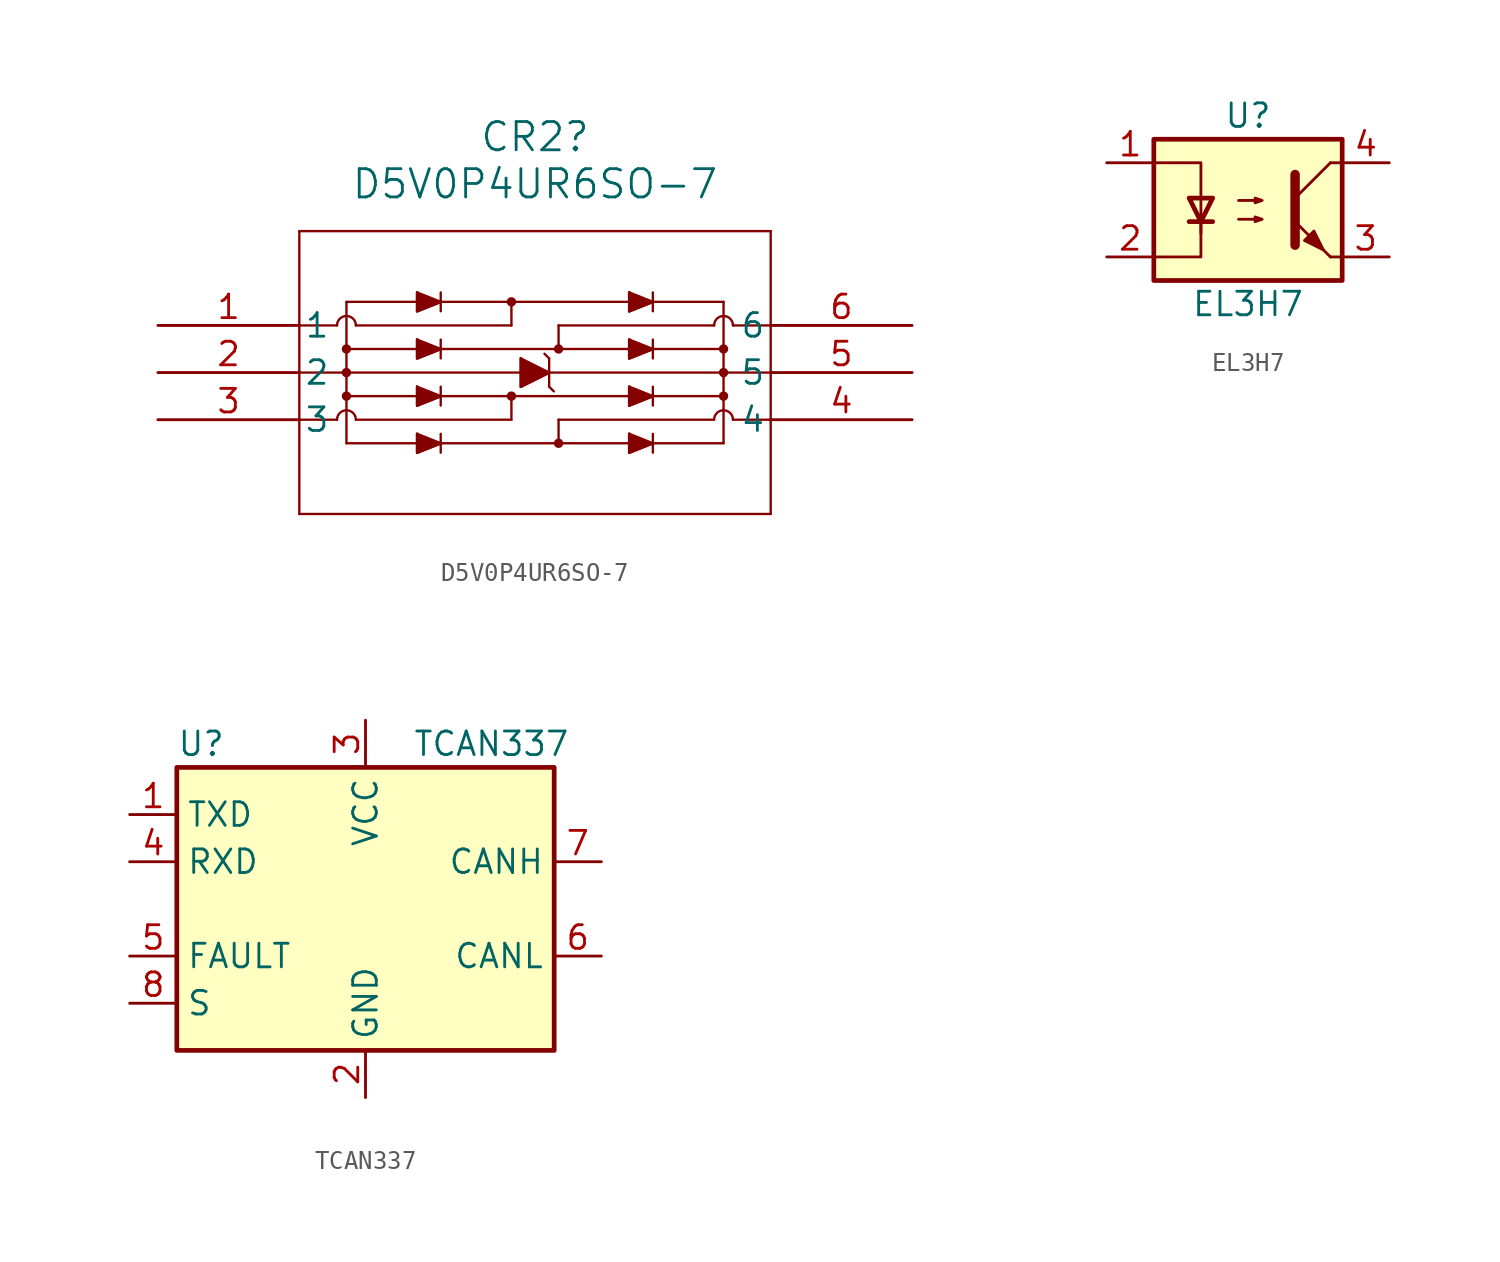
<source format=kicad_sym>
(kicad_symbol_lib
  (version 20241209)
  (generator "kicad_symbol_editor")
  (generator_version "9.0")
  (symbol "D5V0P4UR6SO-7"
    (pin_names
      (offset 0.254))
    (property "Reference" "CR2"
      (at 20.32 10.16 0)
      (effects (font (size 1.524 1.524))))
    (property "Value" "D5V0P4UR6SO-7"
      (at 20.32 7.62 0)
      (effects (font (size 1.524 1.524))))
    (symbol "D5V0P4UR6SO-7_0_1"
      (polyline (pts (xy 7.62 5.08) (xy 7.62 -10.16)) (stroke (width 0.127) (type default)) (fill (type none)))
      (polyline (pts (xy 7.62 0) (xy 9.652 0)) (stroke (width 0.127) (type default)) (fill (type none)))
      (polyline (pts (xy 7.62 -2.54) (xy 33.02 -2.54)) (stroke (width 0.127) (type default)) (fill (type none)))
      (polyline (pts (xy 7.62 -5.08) (xy 9.652 -5.08)) (stroke (width 0.127) (type default)) (fill (type none)))
      (polyline (pts (xy 7.62 -10.16) (xy 33.02 -10.16)) (stroke (width 0.127) (type default)) (fill (type none)))
      (polyline (pts (xy 10.16 1.27) (xy 10.16 -6.35)) (stroke (width 0.127) (type default)) (fill (type none)))
      (polyline (pts (xy 10.16 1.27) (xy 30.48 1.27)) (stroke (width 0.127) (type default)) (fill (type none)))
      (arc (start 9.652 0) (mid 10.16 0.5058) (end 10.668 0) (stroke (width 0.127) (type default)) (fill (type none)))
      (polyline (pts (xy 10.16 -1.27) (xy 30.48 -1.27)) (stroke (width 0.127) (type default)) (fill (type none)))
      (circle (center 10.16 -1.27) (radius 0.127) (stroke (width 0.254) (type default)) (fill (type none)))
      (circle (center 10.16 -2.54) (radius 0.127) (stroke (width 0.254) (type default)) (fill (type none)))
      (polyline (pts (xy 10.16 -3.81) (xy 30.48 -3.81)) (stroke (width 0.127) (type default)) (fill (type none)))
      (circle (center 10.16 -3.81) (radius 0.127) (stroke (width 0.254) (type default)) (fill (type none)))
      (arc (start 9.652 -5.08) (mid 10.16 -4.5742) (end 10.668 -5.08) (stroke (width 0.127) (type default)) (fill (type none)))
      (polyline (pts (xy 10.16 -6.35) (xy 30.48 -6.35)) (stroke (width 0.127) (type default)) (fill (type none)))
      (polyline (pts (xy 10.668 0) (xy 19.05 0)) (stroke (width 0.127) (type default)) (fill (type none)))
      (polyline (pts (xy 10.668 -5.08) (xy 19.05 -5.08)) (stroke (width 0.127) (type default)) (fill (type none)))
      (polyline (pts (xy 13.97 1.778) (xy 13.97 0.762)) (stroke (width 0.127) (type default)) (fill (type none)))
      (polyline (pts (xy 13.97 1.778) (xy 13.97 0.762) (xy 15.24 1.27)) (stroke (width 0) (type default)) (fill (type outline)))
      (polyline (pts (xy 13.97 0.762) (xy 15.24 1.27)) (stroke (width 0.127) (type default)) (fill (type none)))
      (polyline (pts (xy 13.97 -0.762) (xy 13.97 -1.778)) (stroke (width 0.127) (type default)) (fill (type none)))
      (polyline (pts (xy 13.97 -0.762) (xy 13.97 -1.778) (xy 15.24 -1.27)) (stroke (width 0) (type default)) (fill (type outline)))
      (polyline (pts (xy 13.97 -1.778) (xy 15.24 -1.27)) (stroke (width 0.127) (type default)) (fill (type none)))
      (polyline (pts (xy 13.97 -3.302) (xy 13.97 -4.318)) (stroke (width 0.127) (type default)) (fill (type none)))
      (polyline (pts (xy 13.97 -3.302) (xy 13.97 -4.318) (xy 15.24 -3.81)) (stroke (width 0) (type default)) (fill (type outline)))
      (polyline (pts (xy 13.97 -4.318) (xy 15.24 -3.81)) (stroke (width 0.127) (type default)) (fill (type none)))
      (polyline (pts (xy 13.97 -5.842) (xy 13.97 -6.858)) (stroke (width 0.127) (type default)) (fill (type none)))
      (polyline (pts (xy 13.97 -5.842) (xy 13.97 -6.858) (xy 15.24 -6.35)) (stroke (width 0) (type default)) (fill (type outline)))
      (polyline (pts (xy 13.97 -6.858) (xy 15.24 -6.35)) (stroke (width 0.127) (type default)) (fill (type none)))
      (polyline (pts (xy 15.24 1.778) (xy 15.24 0.762)) (stroke (width 0.127) (type default)) (fill (type none)))
      (polyline (pts (xy 15.24 1.27) (xy 13.97 1.778)) (stroke (width 0.127) (type default)) (fill (type none)))
      (polyline (pts (xy 15.24 -0.762) (xy 15.24 -1.778)) (stroke (width 0.127) (type default)) (fill (type none)))
      (polyline (pts (xy 15.24 -1.27) (xy 13.97 -0.762)) (stroke (width 0.127) (type default)) (fill (type none)))
      (polyline (pts (xy 15.24 -3.302) (xy 15.24 -4.318)) (stroke (width 0.127) (type default)) (fill (type none)))
      (polyline (pts (xy 15.24 -3.81) (xy 13.97 -3.302)) (stroke (width 0.127) (type default)) (fill (type none)))
      (polyline (pts (xy 15.24 -5.842) (xy 15.24 -6.858)) (stroke (width 0.127) (type default)) (fill (type none)))
      (polyline (pts (xy 15.24 -6.35) (xy 13.97 -5.842)) (stroke (width 0.127) (type default)) (fill (type none)))
      (circle (center 19.05 1.27) (radius 0.127) (stroke (width 0.254) (type default)) (fill (type none)))
      (polyline (pts (xy 19.05 0) (xy 19.05 1.27)) (stroke (width 0.127) (type default)) (fill (type none)))
      (circle (center 19.05 -3.81) (radius 0.127) (stroke (width 0.254) (type default)) (fill (type none)))
      (polyline (pts (xy 19.05 -5.08) (xy 19.05 -3.81)) (stroke (width 0.127) (type default)) (fill (type none)))
      (polyline (pts (xy 19.558 -1.778) (xy 19.558 -3.302)) (stroke (width 0.127) (type default)) (fill (type none)))
      (polyline (pts (xy 19.558 -1.778) (xy 21.082 -2.54)) (stroke (width 0.127) (type default)) (fill (type none)))
      (polyline (pts (xy 19.558 -3.302) (xy 21.082 -2.54)) (stroke (width 0.127) (type default)) (fill (type none)))
      (polyline (pts (xy 21.082 -1.778) (xy 20.828 -1.524)) (stroke (width 0.127) (type default)) (fill (type none)))
      (polyline (pts (xy 21.082 -1.778) (xy 21.082 -3.302)) (stroke (width 0.127) (type default)) (fill (type none)))
      (polyline (pts (xy 21.082 -2.54) (xy 19.558 -3.302) (xy 19.558 -1.778)) (stroke (width 0) (type default)) (fill (type outline)))
      (polyline (pts (xy 21.082 -3.302) (xy 21.336 -3.556)) (stroke (width 0.127) (type default)) (fill (type none)))
      (polyline (pts (xy 21.59 0) (xy 21.59 -1.27)) (stroke (width 0.127) (type default)) (fill (type none)))
      (circle (center 21.59 -1.27) (radius 0.127) (stroke (width 0.254) (type default)) (fill (type none)))
      (polyline (pts (xy 21.59 -5.08) (xy 21.59 -6.35)) (stroke (width 0.127) (type default)) (fill (type none)))
      (circle (center 21.59 -6.35) (radius 0.127) (stroke (width 0.254) (type default)) (fill (type none)))
      (polyline (pts (xy 25.4 1.778) (xy 25.4 0.762)) (stroke (width 0.127) (type default)) (fill (type none)))
      (polyline (pts (xy 25.4 1.778) (xy 25.4 0.762) (xy 26.67 1.27)) (stroke (width 0) (type default)) (fill (type outline)))
      (polyline (pts (xy 25.4 0.762) (xy 26.67 1.27)) (stroke (width 0.127) (type default)) (fill (type none)))
      (polyline (pts (xy 25.4 -0.762) (xy 25.4 -1.778)) (stroke (width 0.127) (type default)) (fill (type none)))
      (polyline (pts (xy 25.4 -0.762) (xy 25.4 -1.778) (xy 26.67 -1.27)) (stroke (width 0) (type default)) (fill (type outline)))
      (polyline (pts (xy 25.4 -1.778) (xy 26.67 -1.27)) (stroke (width 0.127) (type default)) (fill (type none)))
      (polyline (pts (xy 25.4 -3.302) (xy 25.4 -4.318)) (stroke (width 0.127) (type default)) (fill (type none)))
      (polyline (pts (xy 25.4 -3.302) (xy 25.4 -4.318) (xy 26.67 -3.81)) (stroke (width 0) (type default)) (fill (type outline)))
      (polyline (pts (xy 25.4 -4.318) (xy 26.67 -3.81)) (stroke (width 0.127) (type default)) (fill (type none)))
      (polyline (pts (xy 25.4 -5.842) (xy 25.4 -6.858)) (stroke (width 0.127) (type default)) (fill (type none)))
      (polyline (pts (xy 25.4 -5.842) (xy 25.4 -6.858) (xy 26.67 -6.35)) (stroke (width 0) (type default)) (fill (type outline)))
      (polyline (pts (xy 25.4 -6.858) (xy 26.67 -6.35)) (stroke (width 0.127) (type default)) (fill (type none)))
      (polyline (pts (xy 26.67 1.778) (xy 26.67 0.762)) (stroke (width 0.127) (type default)) (fill (type none)))
      (polyline (pts (xy 26.67 1.27) (xy 25.4 1.778)) (stroke (width 0.127) (type default)) (fill (type none)))
      (polyline (pts (xy 26.67 -0.762) (xy 26.67 -1.778)) (stroke (width 0.127) (type default)) (fill (type none)))
      (polyline (pts (xy 26.67 -1.27) (xy 25.4 -0.762)) (stroke (width 0.127) (type default)) (fill (type none)))
      (polyline (pts (xy 26.67 -3.302) (xy 26.67 -4.318)) (stroke (width 0.127) (type default)) (fill (type none)))
      (polyline (pts (xy 26.67 -3.81) (xy 25.4 -3.302)) (stroke (width 0.127) (type default)) (fill (type none)))
      (polyline (pts (xy 26.67 -5.842) (xy 26.67 -6.858)) (stroke (width 0.127) (type default)) (fill (type none)))
      (polyline (pts (xy 26.67 -6.35) (xy 25.4 -5.842)) (stroke (width 0.127) (type default)) (fill (type none)))
      (polyline (pts (xy 29.972 0) (xy 21.59 0)) (stroke (width 0.127) (type default)) (fill (type none)))
      (polyline (pts (xy 29.972 -5.08) (xy 21.59 -5.08)) (stroke (width 0.127) (type default)) (fill (type none)))
      (polyline (pts (xy 30.48 1.27) (xy 30.48 -6.35)) (stroke (width 0.127) (type default)) (fill (type none)))
      (arc (start 29.972 0) (mid 30.48 0.5058) (end 30.988 0) (stroke (width 0.127) (type default)) (fill (type none)))
      (circle (center 30.48 -1.27) (radius 0.127) (stroke (width 0.254) (type default)) (fill (type none)))
      (circle (center 30.48 -2.54) (radius 0.127) (stroke (width 0.254) (type default)) (fill (type none)))
      (circle (center 30.48 -3.81) (radius 0.127) (stroke (width 0.254) (type default)) (fill (type none)))
      (arc (start 29.972 -5.08) (mid 30.48 -4.5742) (end 30.988 -5.08) (stroke (width 0.127) (type default)) (fill (type none)))
      (polyline (pts (xy 33.02 5.08) (xy 7.62 5.08)) (stroke (width 0.127) (type default)) (fill (type none)))
      (polyline (pts (xy 33.02 0) (xy 30.988 0)) (stroke (width 0.127) (type default)) (fill (type none)))
      (polyline (pts (xy 33.02 -5.08) (xy 30.988 -5.08)) (stroke (width 0.127) (type default)) (fill (type none)))
      (polyline (pts (xy 33.02 -10.16) (xy 33.02 5.08)) (stroke (width 0.127) (type default)) (fill (type none)))
      (pin input line (at 0 0 0) (length 7.62) (name "1" (effects (font (size 1.27 1.27)))) (number "1" (effects (font (size 1.27 1.27)))))
      (pin unspecified line (at 0 -2.54 0) (length 7.62) (name "2" (effects (font (size 1.27 1.27)))) (number "2" (effects (font (size 1.27 1.27)))))
      (pin input line (at 0 -5.08 0) (length 7.62) (name "3" (effects (font (size 1.27 1.27)))) (number "3" (effects (font (size 1.27 1.27)))))
      (pin input line (at 40.64 0 180) (length 7.62) (name "6" (effects (font (size 1.27 1.27)))) (number "6" (effects (font (size 1.27 1.27)))))
      (pin unspecified line (at 40.64 -2.54 180) (length 7.62) (name "5" (effects (font (size 1.27 1.27)))) (number "5" (effects (font (size 1.27 1.27)))))
      (pin input line (at 40.64 -5.08 180) (length 7.62) (name "4" (effects (font (size 1.27 1.27)))) (number "4" (effects (font (size 1.27 1.27)))))))
  (symbol "EL3H7"
    (pin_names
      (offset 1.016))
    (property "Reference" "U"
      (at 0 5.08 0)
      (effects (font (size 1.27 1.27))))
    (property "Value" "EL3H7"
      (at 0 -5.08 0)
      (effects (font (size 1.27 1.27))))
    (symbol "EL3H7_1_1"
      (rectangle (start -5.08 3.81) (end 5.08 -3.81) (stroke (width 0.254) (type default)) (fill (type background)))
      (polyline (pts (xy -5.08 2.54) (xy -2.54 2.54) (xy -2.54 -1.27) (xy -2.54 0.635)) (stroke (width 0) (type default)) (fill (type none)))
      (polyline (pts (xy -3.175 -0.635) (xy -1.905 -0.635)) (stroke (width 0.254) (type default)) (fill (type none)))
      (polyline (pts (xy -2.54 -0.635) (xy -2.54 -2.54) (xy -5.08 -2.54)) (stroke (width 0) (type default)) (fill (type none)))
      (polyline (pts (xy -2.54 -0.635) (xy -3.175 0.635) (xy -1.905 0.635) (xy -2.54 -0.635)) (stroke (width 0.254) (type default)) (fill (type none)))
      (polyline (pts (xy -0.508 0.508) (xy 0.762 0.508) (xy 0.381 0.381) (xy 0.381 0.635) (xy 0.762 0.508)) (stroke (width 0) (type default)) (fill (type none)))
      (polyline (pts (xy -0.508 -0.508) (xy 0.762 -0.508) (xy 0.381 -0.635) (xy 0.381 -0.381) (xy 0.762 -0.508)) (stroke (width 0) (type default)) (fill (type none)))
      (polyline (pts (xy 2.54 1.905) (xy 2.54 -1.905) (xy 2.54 -1.905)) (stroke (width 0.508) (type default)) (fill (type none)))
      (polyline (pts (xy 2.54 0.635) (xy 4.445 2.54)) (stroke (width 0) (type default)) (fill (type none)))
      (polyline (pts (xy 3.048 -1.651) (xy 3.556 -1.143) (xy 4.064 -2.159) (xy 3.048 -1.651) (xy 3.048 -1.651)) (stroke (width 0) (type default)) (fill (type outline)))
      (polyline (pts (xy 4.445 2.54) (xy 5.08 2.54)) (stroke (width 0) (type default)) (fill (type none)))
      (polyline (pts (xy 4.445 -2.54) (xy 2.54 -0.635)) (stroke (width 0) (type default)) (fill (type outline)))
      (polyline (pts (xy 4.445 -2.54) (xy 5.08 -2.54)) (stroke (width 0) (type default)) (fill (type none)))
      (pin passive line (at -7.62 2.54 0) (length 2.54) (name "~" (effects (font (size 1.27 1.27)))) (number "1" (effects (font (size 1.27 1.27)))))
      (pin passive line (at -7.62 -2.54 0) (length 2.54) (name "~" (effects (font (size 1.27 1.27)))) (number "2" (effects (font (size 1.27 1.27)))))
      (pin passive line (at 7.62 2.54 180) (length 2.54) (name "~" (effects (font (size 1.27 1.27)))) (number "4" (effects (font (size 1.27 1.27)))))
      (pin passive line (at 7.62 -2.54 180) (length 2.54) (name "~" (effects (font (size 1.27 1.27)))) (number "3" (effects (font (size 1.27 1.27)))))))
  (symbol "TCAN337"
    (property "Reference" "U"
      (at -10.16 8.89 0)
      (effects (font (size 1.27 1.27)) (justify left)))
    (property "Value" "TCAN337"
      (at 2.54 8.89 0)
      (effects (font (size 1.27 1.27)) (justify left)))
    (symbol "TCAN337_0_1"
      (rectangle (start -10.16 7.62) (end 10.16 -7.62) (stroke (width 0.254) (type default)) (fill (type background))))
    (symbol "TCAN337_1_1"
      (pin input line (at -12.7 5.08 0) (length 2.54) (name "TXD" (effects (font (size 1.27 1.27)))) (number "1" (effects (font (size 1.27 1.27)))))
      (pin tri_state line (at -12.7 2.54 0) (length 2.54) (name "RXD" (effects (font (size 1.27 1.27)))) (number "4" (effects (font (size 1.27 1.27)))))
      (pin open_collector line (at -12.7 -2.54 0) (length 2.54) (name "FAULT" (effects (font (size 1.27 1.27)))) (number "5" (effects (font (size 1.27 1.27)))))
      (pin input line (at -12.7 -5.08 0) (length 2.54) (name "S" (effects (font (size 1.27 1.27)))) (number "8" (effects (font (size 1.27 1.27)))))
      (pin power_in line (at 0 10.16 270) (length 2.54) (name "VCC" (effects (font (size 1.27 1.27)))) (number "3" (effects (font (size 1.27 1.27)))))
      (pin power_in line (at 0 -10.16 90) (length 2.54) (name "GND" (effects (font (size 1.27 1.27)))) (number "2" (effects (font (size 1.27 1.27)))))
      (pin bidirectional line (at 12.7 2.54 180) (length 2.54) (name "CANH" (effects (font (size 1.27 1.27)))) (number "7" (effects (font (size 1.27 1.27)))))
      (pin bidirectional line (at 12.7 -2.54 180) (length 2.54) (name "CANL" (effects (font (size 1.27 1.27)))) (number "6" (effects (font (size 1.27 1.27))))))))
</source>
